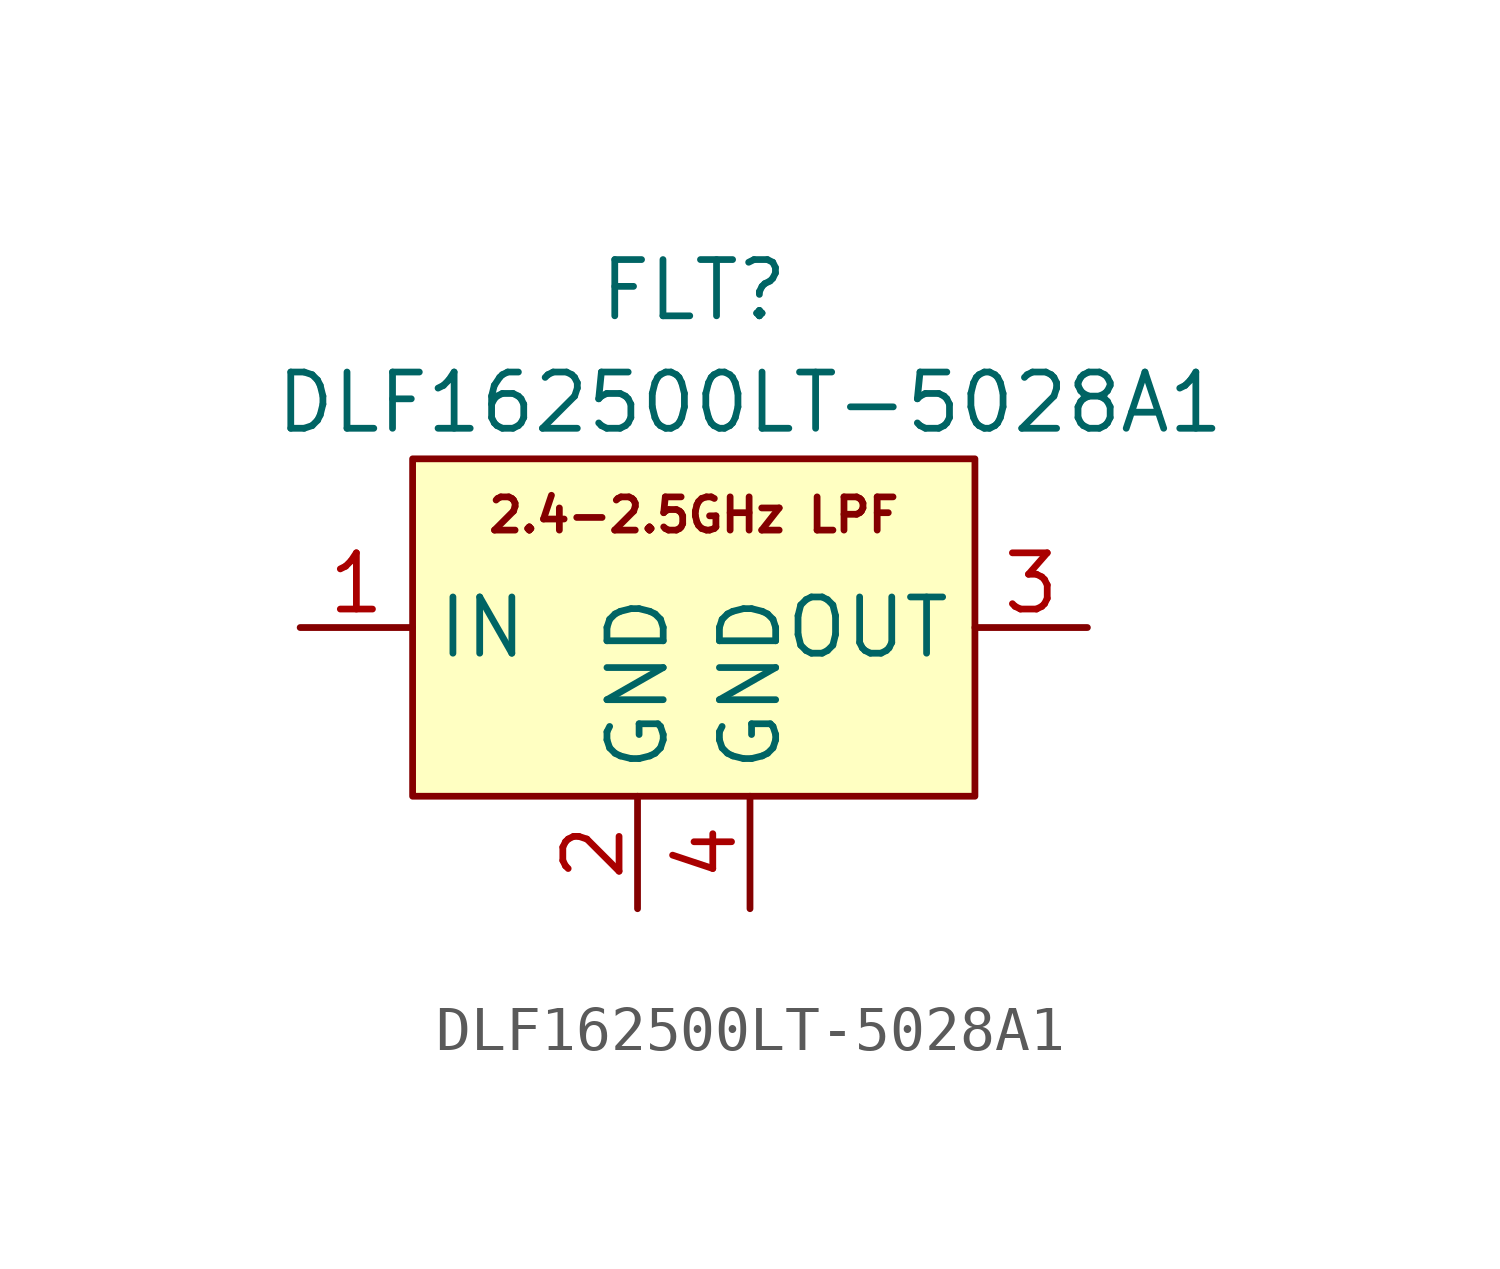
<source format=kicad_sym>
(kicad_symbol_lib
  (version 20220914)
  (generator kicad_symbol_editor)
  (symbol "DLF162500LT-5028A1"
    (property "Reference" "FLT"
      (at 0 7.62 0)
      (effects (font (size 1.27 1.27))))
    (property "Value" "DLF162500LT-5028A1"
      (at 1.27 5.08 0)
      (effects (font (size 1.27 1.27))))
    (symbol "DLF162500LT-5028A1_0_0"
      (pin passive line (at -8.89 0 0) (length 2.54) (name "IN" (effects (font (size 1.27 1.27)))) (number "1" (effects (font (size 1.27 1.27)))))
      (pin passive line (at -1.27 -6.35 90) (length 2.54) (name "GND" (effects (font (size 1.27 1.27)))) (number "2" (effects (font (size 1.27 1.27)))))
      (pin passive line (at 8.89 0 180) (length 2.54) (name "OUT" (effects (font (size 1.27 1.27)))) (number "3" (effects (font (size 1.27 1.27)))))
      (pin passive line (at 1.27 -6.35 90) (length 2.54) (name "GND" (effects (font (size 1.27 1.27)))) (number "4" (effects (font (size 1.27 1.27))))))
    (symbol "DLF162500LT-5028A1_1_1"
      (rectangle (start -6.35 3.81) (end 6.35 -3.81) (stroke (width 0) (type default)) (fill (type background)))
      (text "2.4-2.5GHz LPF" (at 0 2.54 0) (effects (font (size 0.75 0.75)))))))
</source>
